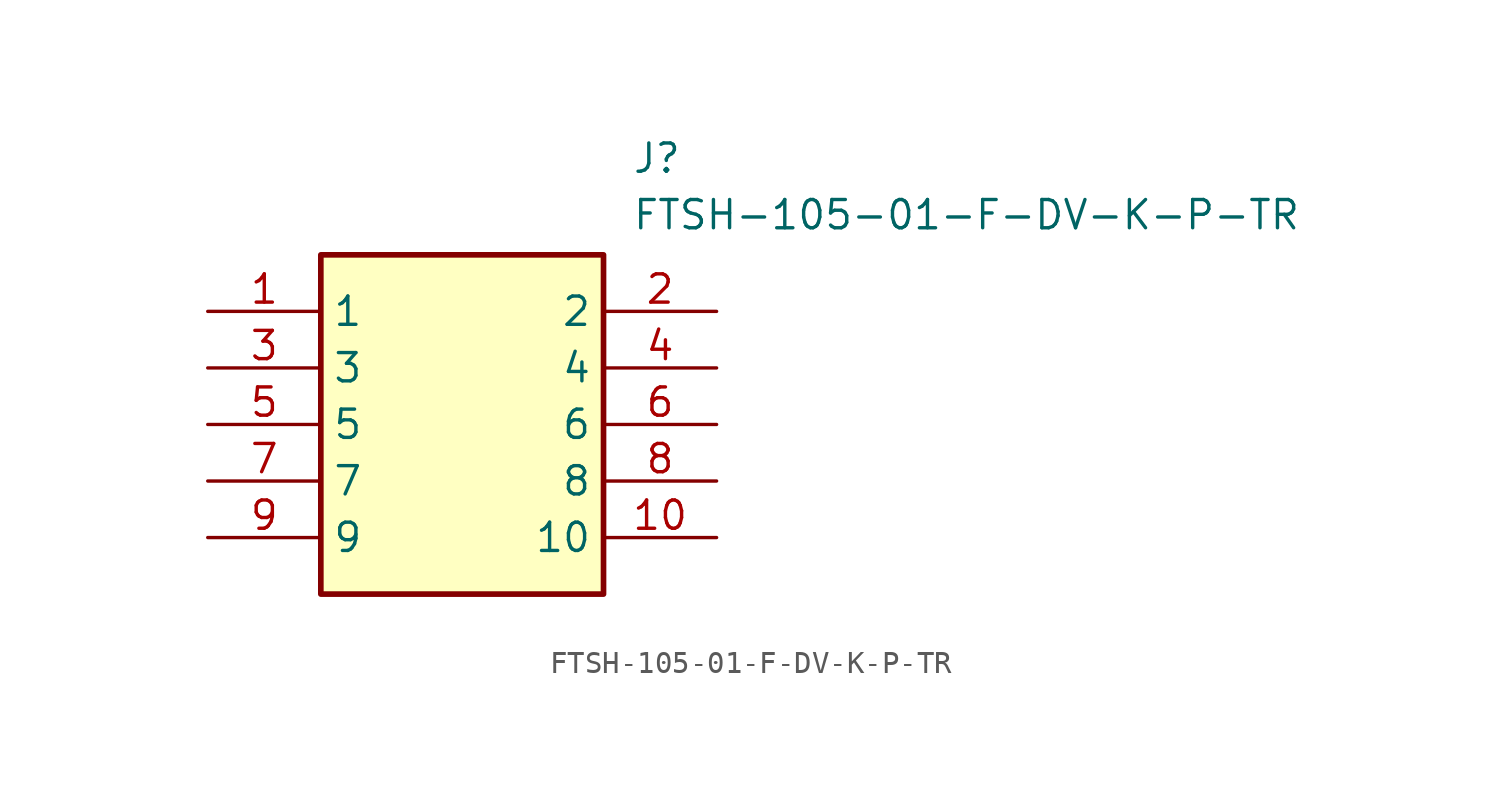
<source format=kicad_sym>
(kicad_symbol_lib
  (version 20231120)
  (generator "kicad_symbol_editor")
  (generator_version "8.0")
  (symbol "FTSH-105-01-F-DV-K-P-TR"
    (property "Reference" "J"
      (at 19.05 7.62 0)
      (effects (font (size 1.27 1.27)) (justify left top)))
    (property "Value" "FTSH-105-01-F-DV-K-P-TR"
      (at 19.05 5.08 0)
      (effects (font (size 1.27 1.27)) (justify left top)))
    (symbol "FTSH-105-01-F-DV-K-P-TR_1_1"
      (rectangle (start 5.08 2.54) (end 17.78 -12.7) (stroke (width 0.254) (type default)) (fill (type background)))
      (pin passive line (at 0 0 0) (length 5.08) (name "1" (effects (font (size 1.27 1.27)))) (number "1" (effects (font (size 1.27 1.27)))))
      (pin passive line (at 22.86 -10.16 180) (length 5.08) (name "10" (effects (font (size 1.27 1.27)))) (number "10" (effects (font (size 1.27 1.27)))))
      (pin passive line (at 22.86 0 180) (length 5.08) (name "2" (effects (font (size 1.27 1.27)))) (number "2" (effects (font (size 1.27 1.27)))))
      (pin passive line (at 0 -2.54 0) (length 5.08) (name "3" (effects (font (size 1.27 1.27)))) (number "3" (effects (font (size 1.27 1.27)))))
      (pin passive line (at 22.86 -2.54 180) (length 5.08) (name "4" (effects (font (size 1.27 1.27)))) (number "4" (effects (font (size 1.27 1.27)))))
      (pin passive line (at 0 -5.08 0) (length 5.08) (name "5" (effects (font (size 1.27 1.27)))) (number "5" (effects (font (size 1.27 1.27)))))
      (pin passive line (at 22.86 -5.08 180) (length 5.08) (name "6" (effects (font (size 1.27 1.27)))) (number "6" (effects (font (size 1.27 1.27)))))
      (pin passive line (at 0 -7.62 0) (length 5.08) (name "7" (effects (font (size 1.27 1.27)))) (number "7" (effects (font (size 1.27 1.27)))))
      (pin passive line (at 22.86 -7.62 180) (length 5.08) (name "8" (effects (font (size 1.27 1.27)))) (number "8" (effects (font (size 1.27 1.27)))))
      (pin passive line (at 0 -10.16 0) (length 5.08) (name "9" (effects (font (size 1.27 1.27)))) (number "9" (effects (font (size 1.27 1.27))))))))
</source>
